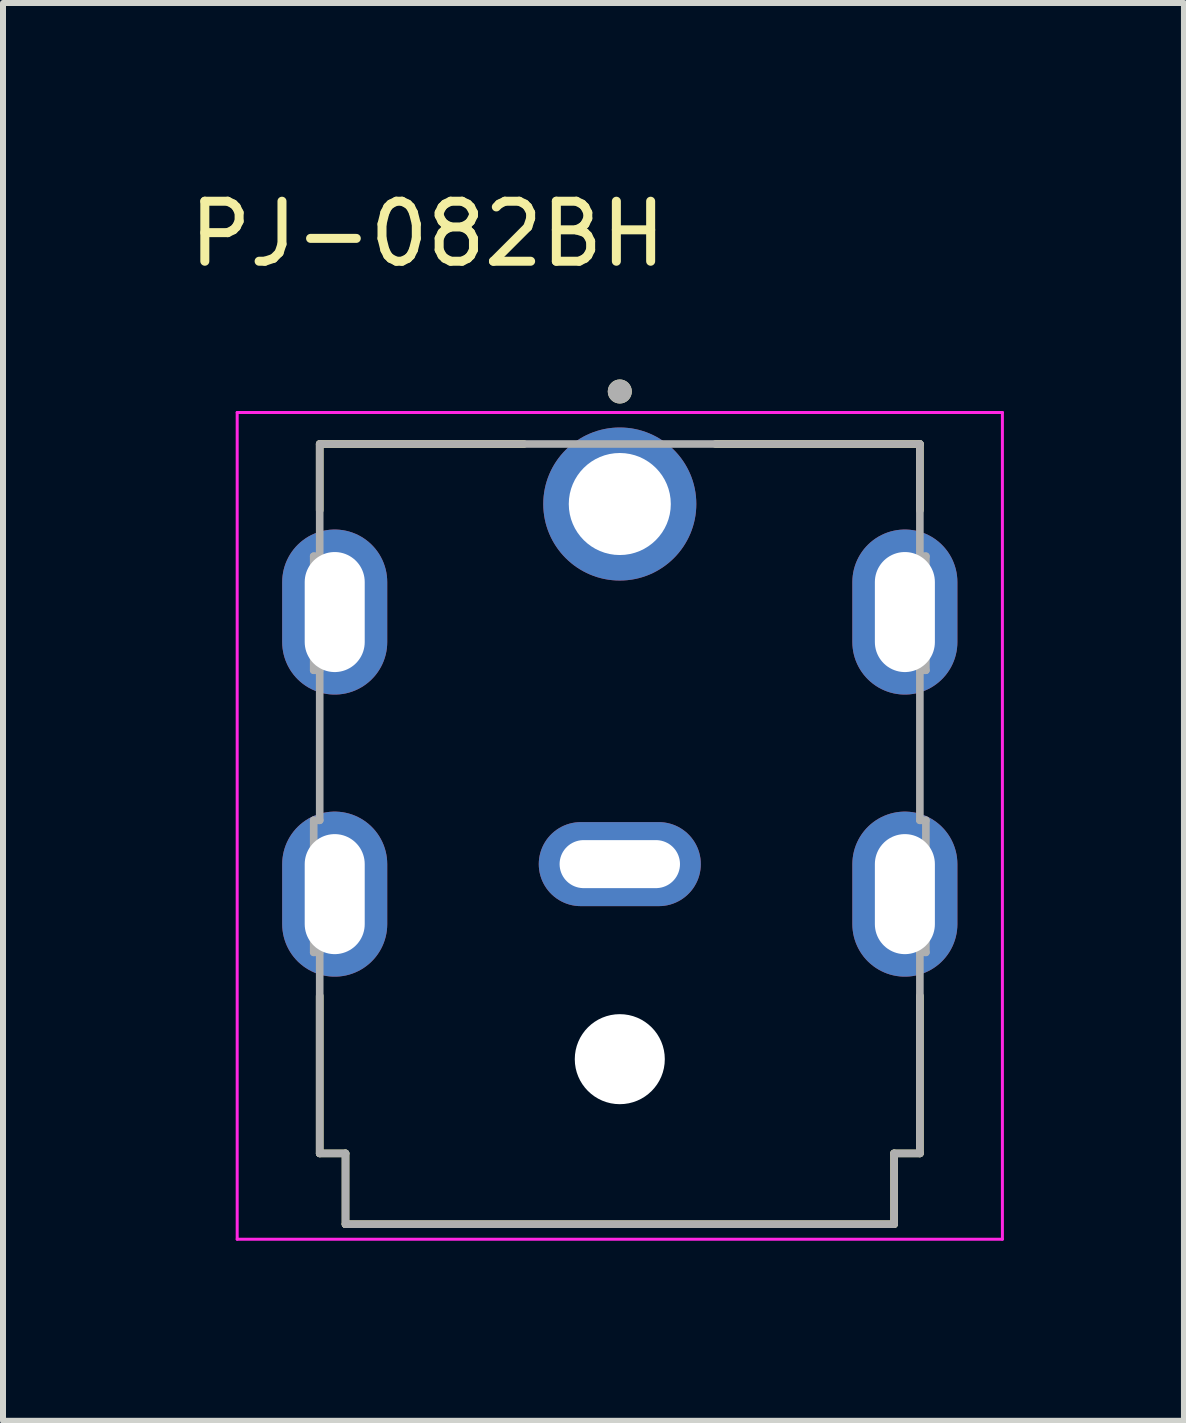
<source format=kicad_pcb>
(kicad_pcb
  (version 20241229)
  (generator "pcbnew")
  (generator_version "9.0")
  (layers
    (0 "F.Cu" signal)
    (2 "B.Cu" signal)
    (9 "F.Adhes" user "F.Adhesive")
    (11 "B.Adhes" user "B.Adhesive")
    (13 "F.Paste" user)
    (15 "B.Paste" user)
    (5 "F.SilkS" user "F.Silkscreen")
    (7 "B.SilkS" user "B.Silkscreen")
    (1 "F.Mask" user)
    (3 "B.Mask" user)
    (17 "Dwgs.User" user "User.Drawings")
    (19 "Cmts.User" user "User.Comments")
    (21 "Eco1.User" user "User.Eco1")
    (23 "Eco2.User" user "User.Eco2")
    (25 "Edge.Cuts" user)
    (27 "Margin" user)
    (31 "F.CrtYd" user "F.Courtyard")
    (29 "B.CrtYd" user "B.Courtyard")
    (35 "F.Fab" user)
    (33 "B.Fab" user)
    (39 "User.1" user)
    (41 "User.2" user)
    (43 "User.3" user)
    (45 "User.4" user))
  (footprint "PJ-082BH"
    (layer "F.Cu")
    (at 7.277 5.348)
    (property "Reference" "PJ-082BH" (at -3.2 -4.5 0) (layer "F.SilkS") (effects (font (size 1 1) (thickness 0.15))))
    (attr through_hole)
    (fp_line (start -5 -1) (end -5 0.105) (stroke (width 0.127) (type solid)) (layer "F.SilkS"))
    (fp_line (start -5 10.82) (end -5 8.195) (stroke (width 0.127) (type solid)) (layer "F.SilkS"))
    (fp_line (start -5 10.82) (end -4.57 10.82) (stroke (width 0.127) (type solid)) (layer "F.SilkS"))
    (fp_line (start -4.57 12) (end -4.57 10.82) (stroke (width 0.127) (type solid)) (layer "F.SilkS"))
    (fp_line (start -4.57 12) (end 4.57 12) (stroke (width 0.127) (type solid)) (layer "F.SilkS"))
    (fp_line (start -1.595 -1) (end -5 -1) (stroke (width 0.127) (type solid)) (layer "F.SilkS"))
    (fp_line (start 4.57 12) (end 4.57 10.82) (stroke (width 0.127) (type solid)) (layer "F.SilkS"))
    (fp_line (start 5 -1) (end 1.595 -1) (stroke (width 0.127) (type solid)) (layer "F.SilkS"))
    (fp_line (start 5 -1) (end 5 0.105) (stroke (width 0.127) (type solid)) (layer "F.SilkS"))
    (fp_line (start 5 10.82) (end 4.57 10.82) (stroke (width 0.127) (type solid)) (layer "F.SilkS"))
    (fp_line (start 5 10.82) (end 5 8.195) (stroke (width 0.127) (type solid)) (layer "F.SilkS"))
    (fp_circle (center 0 -1.875) (end 0.1 -1.875) (stroke (width 0.2) (type solid)) (fill no) (layer "F.SilkS"))
    (fp_line (start -6.375 -1.525) (end -6.375 12.25) (stroke (width 0.05) (type solid)) (layer "F.CrtYd"))
    (fp_line (start -6.375 12.25) (end 6.375 12.25) (stroke (width 0.05) (type solid)) (layer "F.CrtYd"))
    (fp_line (start 6.375 -1.525) (end -6.375 -1.525) (stroke (width 0.05) (type solid)) (layer "F.CrtYd"))
    (fp_line (start 6.375 12.25) (end 6.375 -1.525) (stroke (width 0.05) (type solid)) (layer "F.CrtYd"))
    (fp_line (start -5.1 0.87) (end -5.1 2.77) (stroke (width 0.127) (type solid)) (layer "F.Fab"))
    (fp_line (start -5.1 0.87) (end -5 0.87) (stroke (width 0.127) (type solid)) (layer "F.Fab"))
    (fp_line (start -5.1 2.77) (end -5 2.77) (stroke (width 0.127) (type solid)) (layer "F.Fab"))
    (fp_line (start -5.1 5.27) (end -5.1 7.47) (stroke (width 0.127) (type solid)) (layer "F.Fab"))
    (fp_line (start -5.1 5.27) (end -5 5.27) (stroke (width 0.127) (type solid)) (layer "F.Fab"))
    (fp_line (start -5.1 7.47) (end -5 7.47) (stroke (width 0.127) (type solid)) (layer "F.Fab"))
    (fp_line (start -5 -1) (end -5 0.87) (stroke (width 0.127) (type solid)) (layer "F.Fab"))
    (fp_line (start -5 2.77) (end -5 5.27) (stroke (width 0.127) (type solid)) (layer "F.Fab"))
    (fp_line (start -5 7.47) (end -5 10.82) (stroke (width 0.127) (type solid)) (layer "F.Fab"))
    (fp_line (start -5 10.82) (end -4.57 10.82) (stroke (width 0.127) (type solid)) (layer "F.Fab"))
    (fp_line (start -4.57 12) (end -4.57 10.82) (stroke (width 0.127) (type solid)) (layer "F.Fab"))
    (fp_line (start -4.57 12) (end 4.57 12) (stroke (width 0.127) (type solid)) (layer "F.Fab"))
    (fp_line (start 4.57 12) (end 4.57 10.82) (stroke (width 0.127) (type solid)) (layer "F.Fab"))
    (fp_line (start 5 -1) (end -5 -1) (stroke (width 0.127) (type solid)) (layer "F.Fab"))
    (fp_line (start 5 -1) (end 5 0.87) (stroke (width 0.127) (type solid)) (layer "F.Fab"))
    (fp_line (start 5 0.87) (end 5.1 0.87) (stroke (width 0.127) (type solid)) (layer "F.Fab"))
    (fp_line (start 5 2.77) (end 5.1 2.77) (stroke (width 0.127) (type solid)) (layer "F.Fab"))
    (fp_line (start 5 5.27) (end 5 2.77) (stroke (width 0.127) (type solid)) (layer "F.Fab"))
    (fp_line (start 5 5.27) (end 5.1 5.27) (stroke (width 0.127) (type solid)) (layer "F.Fab"))
    (fp_line (start 5 7.47) (end 5.1 7.47) (stroke (width 0.127) (type solid)) (layer "F.Fab"))
    (fp_line (start 5 10.82) (end 4.57 10.82) (stroke (width 0.127) (type solid)) (layer "F.Fab"))
    (fp_line (start 5 10.82) (end 5 7.47) (stroke (width 0.127) (type solid)) (layer "F.Fab"))
    (fp_line (start 5.1 2.77) (end 5.1 0.87) (stroke (width 0.127) (type solid)) (layer "F.Fab"))
    (fp_line (start 5.1 7.47) (end 5.1 5.27) (stroke (width 0.127) (type solid)) (layer "F.Fab"))
    (fp_circle (center 0 -1.875) (end 0.1 -1.875) (stroke (width 0.2) (type solid)) (fill no) (layer "F.Fab"))
    (pad "" np_thru_hole circle (at 0 9.25) (size 1.5 1.5) (drill 1.5) (layers "*.Cu" "*.Mask"))
    (pad "1" thru_hole circle (at 0 0) (size 2.55 2.55) (drill 1.7) (layers "*.Cu" "*.Mask"))
    (pad "2" thru_hole oval (at 0 6) (size 2.7 1.4) (drill oval 2.006 0.8) (layers "*.Cu" "*.Mask"))
    (pad "S1" thru_hole oval (at -4.75 6.5) (size 1.75 2.75) (drill oval 1 2) (layers "*.Cu" "*.Mask"))
    (pad "S2" thru_hole oval (at 4.75 6.5) (size 1.75 2.75) (drill oval 1 2) (layers "*.Cu" "*.Mask"))
    (pad "S3" thru_hole oval (at -4.75 1.8) (size 1.75 2.75) (drill oval 1 2) (layers "*.Cu" "*.Mask"))
    (pad "S4" thru_hole oval (at 4.75 1.8) (size 1.75 2.75) (drill oval 1 2) (layers "*.Cu" "*.Mask")))
  (gr_rect
    (start -3 -3)
    (end 16.677 20.623)
    (stroke (width 0.1) (type default))
    (fill no)
    (layer "Edge.Cuts")))
</source>
